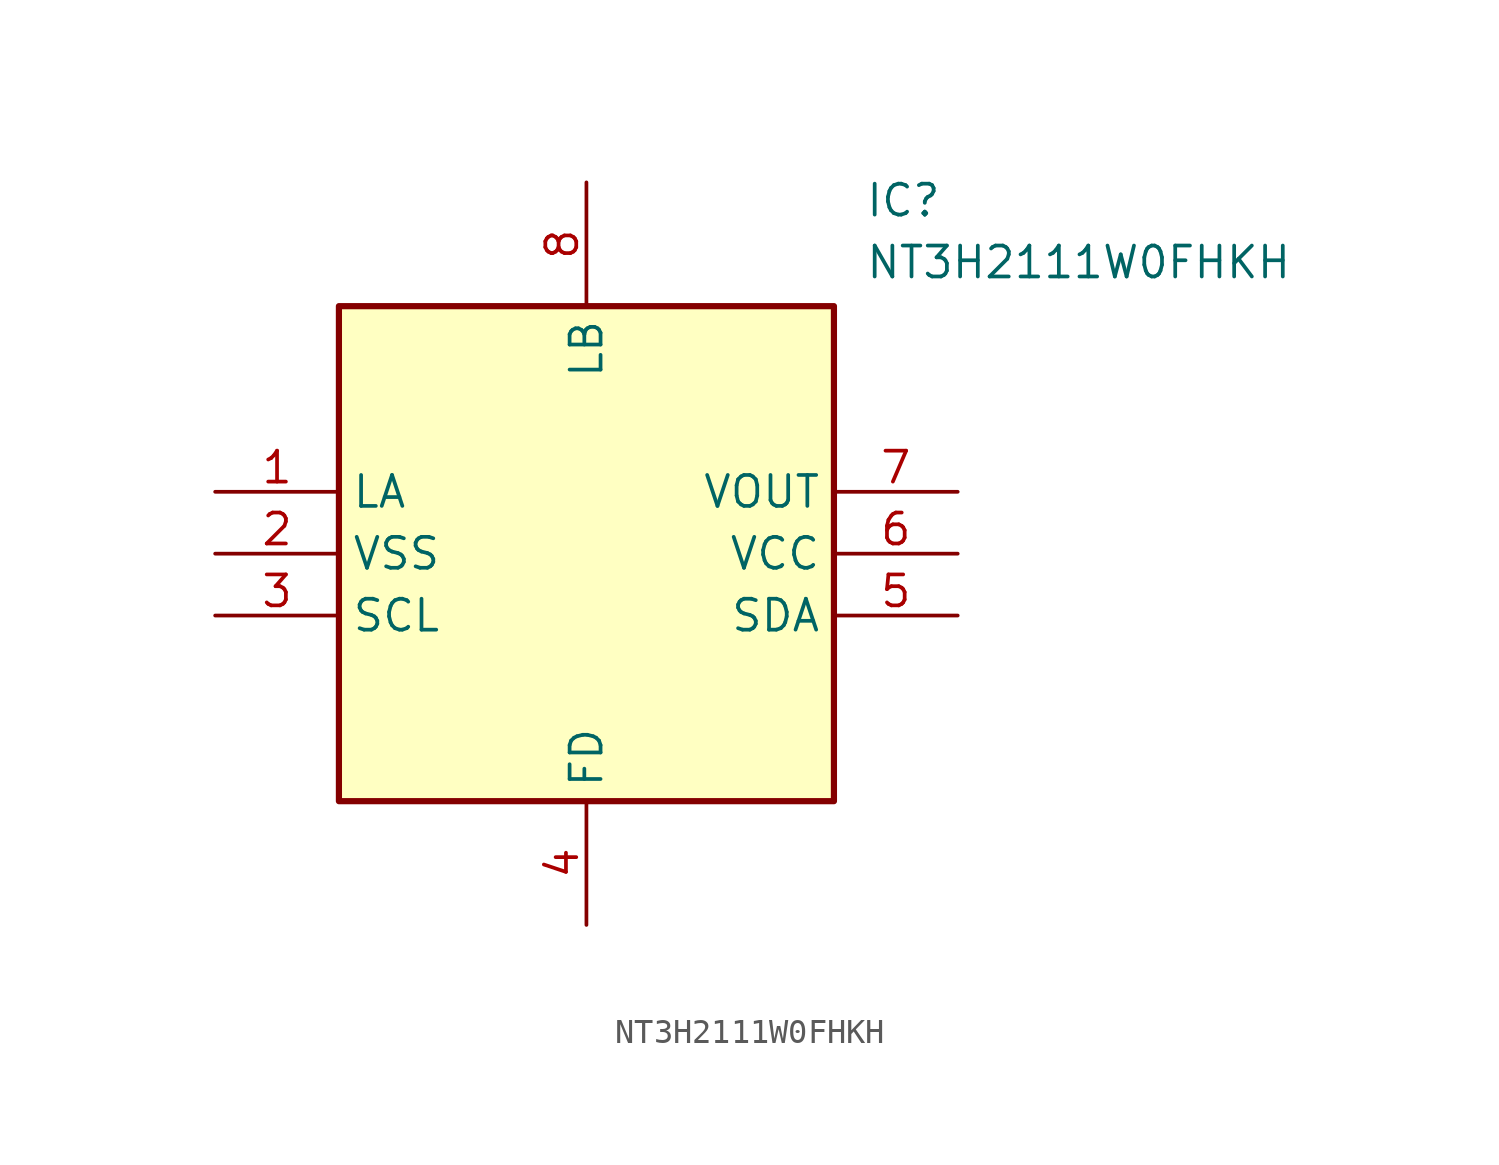
<source format=kicad_sym>
(kicad_symbol_lib
  (version 20211014)
  (generator SamacSys_ECAD_Model)
  (symbol "NT3H2111W0FHKH"
    (property "Reference" "IC"
      (at 26.67 12.7 0)
      (effects (font (size 1.27 1.27)) (justify left top)))
    (property "Value" "NT3H2111W0FHKH"
      (at 26.67 10.16 0)
      (effects (font (size 1.27 1.27)) (justify left top)))
    (rectangle
      (start 5.08 7.62)
      (end 25.4 -12.7)
      (stroke (width 0.254) (type default))
      (fill (type background)))
    (pin passive line
      (at 0 0 0)
      (length 5.08)
      (name "LA" (effects (font (size 1.27 1.27))))
      (number "1" (effects (font (size 1.27 1.27)))))
    (pin passive line
      (at 0 -2.54 0)
      (length 5.08)
      (name "VSS" (effects (font (size 1.27 1.27))))
      (number "2" (effects (font (size 1.27 1.27)))))
    (pin passive line
      (at 0 -5.08 0)
      (length 5.08)
      (name "SCL" (effects (font (size 1.27 1.27))))
      (number "3" (effects (font (size 1.27 1.27)))))
    (pin passive line
      (at 15.24 -17.78 90)
      (length 5.08)
      (name "FD" (effects (font (size 1.27 1.27))))
      (number "4" (effects (font (size 1.27 1.27)))))
    (pin passive line
      (at 30.48 0 180)
      (length 5.08)
      (name "VOUT" (effects (font (size 1.27 1.27))))
      (number "7" (effects (font (size 1.27 1.27)))))
    (pin passive line
      (at 30.48 -2.54 180)
      (length 5.08)
      (name "VCC" (effects (font (size 1.27 1.27))))
      (number "6" (effects (font (size 1.27 1.27)))))
    (pin passive line
      (at 30.48 -5.08 180)
      (length 5.08)
      (name "SDA" (effects (font (size 1.27 1.27))))
      (number "5" (effects (font (size 1.27 1.27)))))
    (pin passive line
      (at 15.24 12.7 270)
      (length 5.08)
      (name "LB" (effects (font (size 1.27 1.27))))
      (number "8" (effects (font (size 1.27 1.27)))))))
</source>
